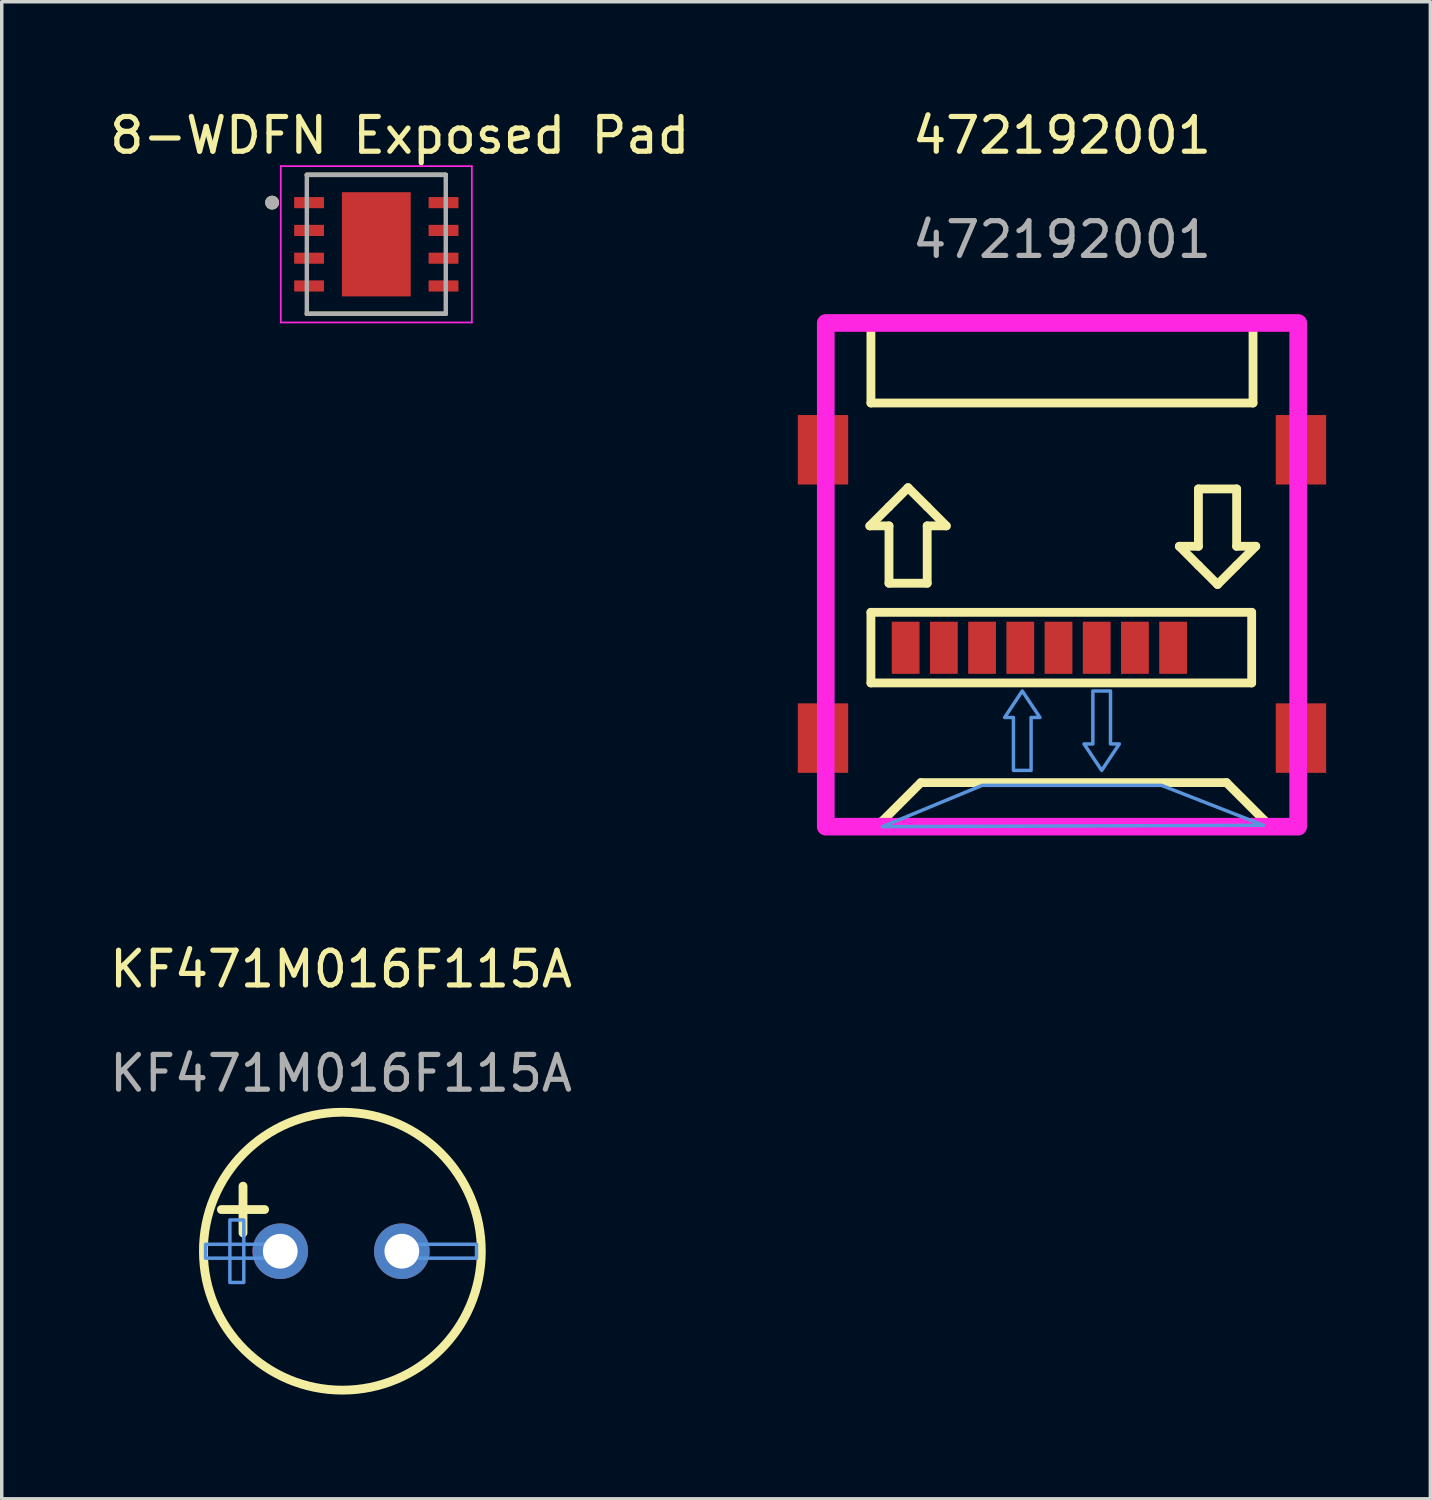
<source format=kicad_pcb>
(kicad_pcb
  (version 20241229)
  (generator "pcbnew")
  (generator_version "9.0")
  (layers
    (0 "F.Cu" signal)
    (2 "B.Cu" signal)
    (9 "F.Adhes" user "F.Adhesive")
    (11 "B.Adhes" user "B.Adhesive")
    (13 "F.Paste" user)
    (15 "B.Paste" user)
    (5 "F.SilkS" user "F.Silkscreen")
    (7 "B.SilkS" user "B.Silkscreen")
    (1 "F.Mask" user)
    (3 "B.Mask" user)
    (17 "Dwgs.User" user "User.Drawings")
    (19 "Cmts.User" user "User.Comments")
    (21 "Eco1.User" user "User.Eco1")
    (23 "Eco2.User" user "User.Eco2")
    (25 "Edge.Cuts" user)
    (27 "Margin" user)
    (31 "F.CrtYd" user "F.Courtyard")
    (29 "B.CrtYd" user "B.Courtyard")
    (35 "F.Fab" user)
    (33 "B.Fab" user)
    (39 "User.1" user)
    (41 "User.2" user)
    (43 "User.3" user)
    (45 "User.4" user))
  (footprint "KF471M016F115A"
    (layer "F.Cu")
    (at 6.768 25.35)
    (property "Reference" "KF471M016F115A" (at 0 -0.5 0) (unlocked yes) (layer "F.SilkS") (effects (font (size 1 1) (thickness 0.15))))
    (attr through_hole)
    (fp_line (start -2.822 7.093) (end -2.822 5.747) (stroke (width 0.254) (type solid)) (layer "F.SilkS"))
    (fp_line (start -2.2 6.42) (end -3.445 6.42) (stroke (width 0.254) (type solid)) (layer "F.SilkS"))
    (fp_arc (start 0.073558 3.619525) (mid 0.037998 11.619367) (end 0.002438 3.619525) (stroke (width 0.254) (type solid)) (layer "F.SilkS"))
    (fp_poly (pts (xy -3.2 7.12) (xy -3.2 8.52) (xy -2.8 8.52) (xy -2.8 6.92) (xy -2.8 6.72) (xy -3.2 6.72)) (stroke (width 0.1) (type solid)) (fill no) (layer "Cmts.User"))
    (fp_poly (pts (xy -2.5 7.42) (xy -3.9 7.42) (xy -3.9 7.82) (xy -2.3 7.82) (xy -2.1 7.82) (xy -2.1 7.42)) (stroke (width 0.1) (type solid)) (fill no) (layer "Cmts.User"))
    (fp_poly (pts (xy 3.5 7.42) (xy 2.1 7.42) (xy 2.1 7.82) (xy 3.7 7.82) (xy 3.9 7.82) (xy 3.9 7.42)) (stroke (width 0.1) (type solid)) (fill no) (layer "Cmts.User"))
    (fp_text user "${REFERENCE}" (at 0 2.5 0) (unlocked yes) (layer "F.Fab") (effects (font (size 1 1) (thickness 0.15))))
    (pad "1" thru_hole circle (at -1.75 7.62 90) (size 1.6 1.6) (drill 1) (layers "*.Cu" "*.Mask"))
    (pad "2" thru_hole circle (at 1.75 7.62 90) (size 1.6 1.6) (drill 1) (layers "*.Cu" "*.Mask")))
  (footprint "472192001"
    (layer "F.Cu")
    (at 27.522 1.348)
    (property "Reference" "472192001" (at 0 -0.5 0) (unlocked yes) (layer "F.SilkS") (effects (font (size 1 1) (thickness 0.15))))
    (attr smd)
    (fp_line (start -6.731 4.913) (end -6.731 7.35) (stroke (width 0.254) (type solid)) (layer "F.SilkS"))
    (fp_line (start -6.731 9.75) (end -6.731 15.7) (stroke (width 0.254) (type solid)) (layer "F.SilkS"))
    (fp_line (start -6.731 18) (end -6.731 19.4) (stroke (width 0.254) (type solid)) (layer "F.SilkS"))
    (fp_line (start -6.731 19.4) (end 6.89 19.4) (stroke (width 0.254) (type solid)) (layer "F.SilkS"))
    (fp_line (start -5.531 10.741) (end -4.98 10.19) (stroke (width 0.254) (type solid)) (layer "F.SilkS"))
    (fp_line (start -5.5 5.003) (end 5.5 5.003) (stroke (width 0.254) (type solid)) (layer "F.SilkS"))
    (fp_line (start -5.5 7.203) (end -5.5 5.003) (stroke (width 0.254) (type solid)) (layer "F.SilkS"))
    (fp_line (start -5.5 13.23) (end 5.461 13.23) (stroke (width 0.254) (type solid)) (layer "F.SilkS"))
    (fp_line (start -5.5 15.262) (end -5.5 13.23) (stroke (width 0.254) (type solid)) (layer "F.SilkS"))
    (fp_line (start -5.163 19.231) (end -4.063 18.132) (stroke (width 0.254) (type solid)) (layer "F.SilkS"))
    (fp_line (start -5.163 19.362) (end -5.163 19.231) (stroke (width 0.254) (type solid)) (layer "F.SilkS"))
    (fp_line (start -4.98 10.19) (end -4.431 9.641) (stroke (width 0.254) (type solid)) (layer "F.SilkS"))
    (fp_line (start -4.98 10.741) (end -5.531 10.741) (stroke (width 0.254) (type solid)) (layer "F.SilkS"))
    (fp_line (start -4.98 12.392) (end -4.98 10.741) (stroke (width 0.254) (type solid)) (layer "F.SilkS"))
    (fp_line (start -4.431 9.641) (end -3.88 10.19) (stroke (width 0.254) (type solid)) (layer "F.SilkS"))
    (fp_line (start -4.063 18.132) (end 4.737 18.132) (stroke (width 0.254) (type solid)) (layer "F.SilkS"))
    (fp_line (start -3.88 10.19) (end -3.331 10.741) (stroke (width 0.254) (type solid)) (layer "F.SilkS"))
    (fp_line (start -3.88 10.741) (end -3.88 12.392) (stroke (width 0.254) (type solid)) (layer "F.SilkS"))
    (fp_line (start -3.88 12.392) (end -4.98 12.392) (stroke (width 0.254) (type solid)) (layer "F.SilkS"))
    (fp_line (start -3.331 10.741) (end -3.88 10.741) (stroke (width 0.254) (type solid)) (layer "F.SilkS"))
    (fp_line (start 3.379 11.328) (end 3.928 11.328) (stroke (width 0.254) (type solid)) (layer "F.SilkS"))
    (fp_line (start 3.928 9.677) (end 5.028 9.677) (stroke (width 0.254) (type solid)) (layer "F.SilkS"))
    (fp_line (start 3.928 11.328) (end 3.928 9.677) (stroke (width 0.254) (type solid)) (layer "F.SilkS"))
    (fp_line (start 3.928 11.879) (end 3.379 11.328) (stroke (width 0.254) (type solid)) (layer "F.SilkS"))
    (fp_line (start 4.479 12.428) (end 3.928 11.879) (stroke (width 0.254) (type solid)) (layer "F.SilkS"))
    (fp_line (start 4.737 18.132) (end 5.837 19.232) (stroke (width 0.254) (type solid)) (layer "F.SilkS"))
    (fp_line (start 5.028 9.677) (end 5.028 11.328) (stroke (width 0.254) (type solid)) (layer "F.SilkS"))
    (fp_line (start 5.028 11.328) (end 5.579 11.328) (stroke (width 0.254) (type solid)) (layer "F.SilkS"))
    (fp_line (start 5.028 11.879) (end 4.479 12.428) (stroke (width 0.254) (type solid)) (layer "F.SilkS"))
    (fp_line (start 5.461 13.23) (end 5.461 15.262) (stroke (width 0.254) (type solid)) (layer "F.SilkS"))
    (fp_line (start 5.461 15.262) (end -5.5 15.262) (stroke (width 0.254) (type solid)) (layer "F.SilkS"))
    (fp_line (start 5.5 5.003) (end 5.5 7.203) (stroke (width 0.254) (type solid)) (layer "F.SilkS"))
    (fp_line (start 5.5 7.203) (end -5.5 7.203) (stroke (width 0.254) (type solid)) (layer "F.SilkS"))
    (fp_line (start 5.579 11.328) (end 5.028 11.879) (stroke (width 0.254) (type solid)) (layer "F.SilkS"))
    (fp_line (start 5.837 19.232) (end 5.837 19.362) (stroke (width 0.254) (type solid)) (layer "F.SilkS"))
    (fp_line (start 6.89 4.903) (end -6.731 4.903) (stroke (width 0.254) (type solid)) (layer "F.SilkS"))
    (fp_line (start 6.89 7.35) (end 6.89 4.903) (stroke (width 0.254) (type solid)) (layer "F.SilkS"))
    (fp_line (start 6.89 15.7) (end 6.89 9.75) (stroke (width 0.254) (type solid)) (layer "F.SilkS"))
    (fp_line (start 6.89 19.4) (end -6.71 19.4) (stroke (width 0.254) (type solid)) (layer "F.SilkS"))
    (fp_line (start 6.89 19.4) (end 6.89 18) (stroke (width 0.254) (type solid)) (layer "F.SilkS"))
    (fp_poly (pts (xy -5.17 19.4) (xy -2.297 18.21) (xy -0.01 18.21) (xy 2.864 18.21) (xy 5.8 19.36)) (stroke (width 0.1) (type solid)) (fill no) (layer "Cmts.User"))
    (fp_poly (pts (xy -1.143 15.494) (xy -1.651 16.256) (xy -1.397 16.256) (xy -1.397 17.78) (xy -0.889 17.78) (xy -0.889 16.256) (xy -0.635 16.256) (xy -1.143 15.494)) (stroke (width 0.1) (type solid)) (fill no) (layer "Cmts.User"))
    (fp_poly (pts (xy 1.143 17.78) (xy 1.651 17.018) (xy 1.397 17.018) (xy 1.397 15.494) (xy 0.889 15.494) (xy 0.889 17.018) (xy 0.635 17.018) (xy 1.143 17.78)) (stroke (width 0.1) (type solid)) (fill no) (layer "Cmts.User"))
    (fp_poly (pts (xy -6.8 19.4) (xy -6.8 4.9) (xy 6.8 4.9) (xy 6.8 19.4)) (stroke (width 0.508) (type solid)) (fill no) (layer "F.CrtYd"))
    (fp_text user "${REFERENCE}" (at 0 2.5 0) (unlocked yes) (layer "F.Fab") (effects (font (size 1 1) (thickness 0.15))))
    (pad "1" smd rect (at 3.2 14.25) (size 0.8 1.5) (layers "F.Cu" "F.Mask" "F.Paste"))
    (pad "2" smd rect (at 2.1 14.25) (size 0.8 1.5) (layers "F.Cu" "F.Mask" "F.Paste"))
    (pad "3" smd rect (at 1 14.25) (size 0.8 1.5) (layers "F.Cu" "F.Mask" "F.Paste"))
    (pad "4" smd rect (at -0.1 14.25) (size 0.8 1.5) (layers "F.Cu" "F.Mask" "F.Paste"))
    (pad "5" smd rect (at -1.2 14.25) (size 0.8 1.5) (layers "F.Cu" "F.Mask" "F.Paste"))
    (pad "6" smd rect (at -2.3 14.25) (size 0.8 1.5) (layers "F.Cu" "F.Mask" "F.Paste"))
    (pad "7" smd rect (at -3.4 14.25) (size 0.8 1.5) (layers "F.Cu" "F.Mask" "F.Paste"))
    (pad "8" smd rect (at -4.5 14.25) (size 0.8 1.5) (layers "F.Cu" "F.Mask" "F.Paste"))
    (pad "9" smd rect (at 6.88 8.55) (size 1.45 2) (layers "F.Cu" "F.Mask" "F.Paste"))
    (pad "10" smd rect (at -6.88 8.55) (size 1.45 2) (layers "F.Cu" "F.Mask" "F.Paste"))
    (pad "11" smd rect (at -6.88 16.85) (size 1.45 2) (layers "F.Cu" "F.Mask" "F.Paste"))
    (pad "12" smd rect (at 6.88 16.85) (size 1.45 2) (layers "F.Cu" "F.Mask" "F.Paste")))
  (footprint "8-WDFN Exposed Pad"
    (layer "F.Cu")
    (at 7.783 3.983)
    (property "Reference" "8-WDFN Exposed Pad" (at 0.675 -3.135 0) (layer "F.SilkS") (effects (font (size 1 1) (thickness 0.15))))
    (attr through_hole)
    (fp_line (start -2 -2) (end 2 -2) (stroke (width 0.127) (type solid)) (layer "F.SilkS"))
    (fp_line (start -2 2) (end 2 2) (stroke (width 0.127) (type solid)) (layer "F.SilkS"))
    (fp_circle (center -3 -1.2) (end -2.9 -1.2) (stroke (width 0.2) (type solid)) (fill no) (layer "F.SilkS"))
    (fp_poly (pts (xy -0.625 -0.95) (xy 0.625 -0.95) (xy 0.625 0.95) (xy -0.625 0.95)) (stroke (width 0.01) (type solid)) (fill yes) (layer "F.Paste"))
    (fp_line (start -2.75 -2.25) (end -2.75 2.25) (stroke (width 0.05) (type solid)) (layer "F.CrtYd"))
    (fp_line (start -2.75 -2.25) (end 2.75 -2.25) (stroke (width 0.05) (type solid)) (layer "F.CrtYd"))
    (fp_line (start -2.75 2.25) (end 2.75 2.25) (stroke (width 0.05) (type solid)) (layer "F.CrtYd"))
    (fp_line (start 2.75 -2.25) (end 2.75 2.25) (stroke (width 0.05) (type solid)) (layer "F.CrtYd"))
    (fp_line (start -2 -2) (end -2 2) (stroke (width 0.127) (type solid)) (layer "F.Fab"))
    (fp_line (start -2 -2) (end 2 -2) (stroke (width 0.127) (type solid)) (layer "F.Fab"))
    (fp_line (start -2 2) (end 2 2) (stroke (width 0.127) (type solid)) (layer "F.Fab"))
    (fp_line (start 2 -2) (end 2 2) (stroke (width 0.127) (type solid)) (layer "F.Fab"))
    (fp_circle (center -3 -1.2) (end -2.9 -1.2) (stroke (width 0.2) (type solid)) (fill no) (layer "F.Fab"))
    (pad "1" smd roundrect (at -1.935 -1.2) (size 0.86 0.32) (layers "F.Cu" "F.Mask" "F.Paste") (roundrect_rratio 0.04))
    (pad "2" smd roundrect (at -1.935 -0.4) (size 0.86 0.32) (layers "F.Cu" "F.Mask" "F.Paste") (roundrect_rratio 0.04))
    (pad "3" smd roundrect (at -1.935 0.4) (size 0.86 0.32) (layers "F.Cu" "F.Mask" "F.Paste") (roundrect_rratio 0.04))
    (pad "4" smd roundrect (at -1.935 1.2) (size 0.86 0.32) (layers "F.Cu" "F.Mask" "F.Paste") (roundrect_rratio 0.04))
    (pad "5" smd roundrect (at 1.935 1.2 180) (size 0.86 0.32) (layers "F.Cu" "F.Mask" "F.Paste") (roundrect_rratio 0.04))
    (pad "6" smd roundrect (at 1.935 0.4 180) (size 0.86 0.32) (layers "F.Cu" "F.Mask" "F.Paste") (roundrect_rratio 0.04))
    (pad "7" smd roundrect (at 1.935 -0.4 180) (size 0.86 0.32) (layers "F.Cu" "F.Mask" "F.Paste") (roundrect_rratio 0.04))
    (pad "8" smd roundrect (at 1.935 -1.2 180) (size 0.86 0.32) (layers "F.Cu" "F.Mask" "F.Paste") (roundrect_rratio 0.04))
    (pad "9" smd rect (at 0 0) (size 1.98 3) (layers "F.Cu" "F.Mask")))
  (gr_rect
    (start -3 -3)
    (end 38.127 40.097)
    (stroke (width 0.1) (type default))
    (fill no)
    (layer "Edge.Cuts")))
</source>
